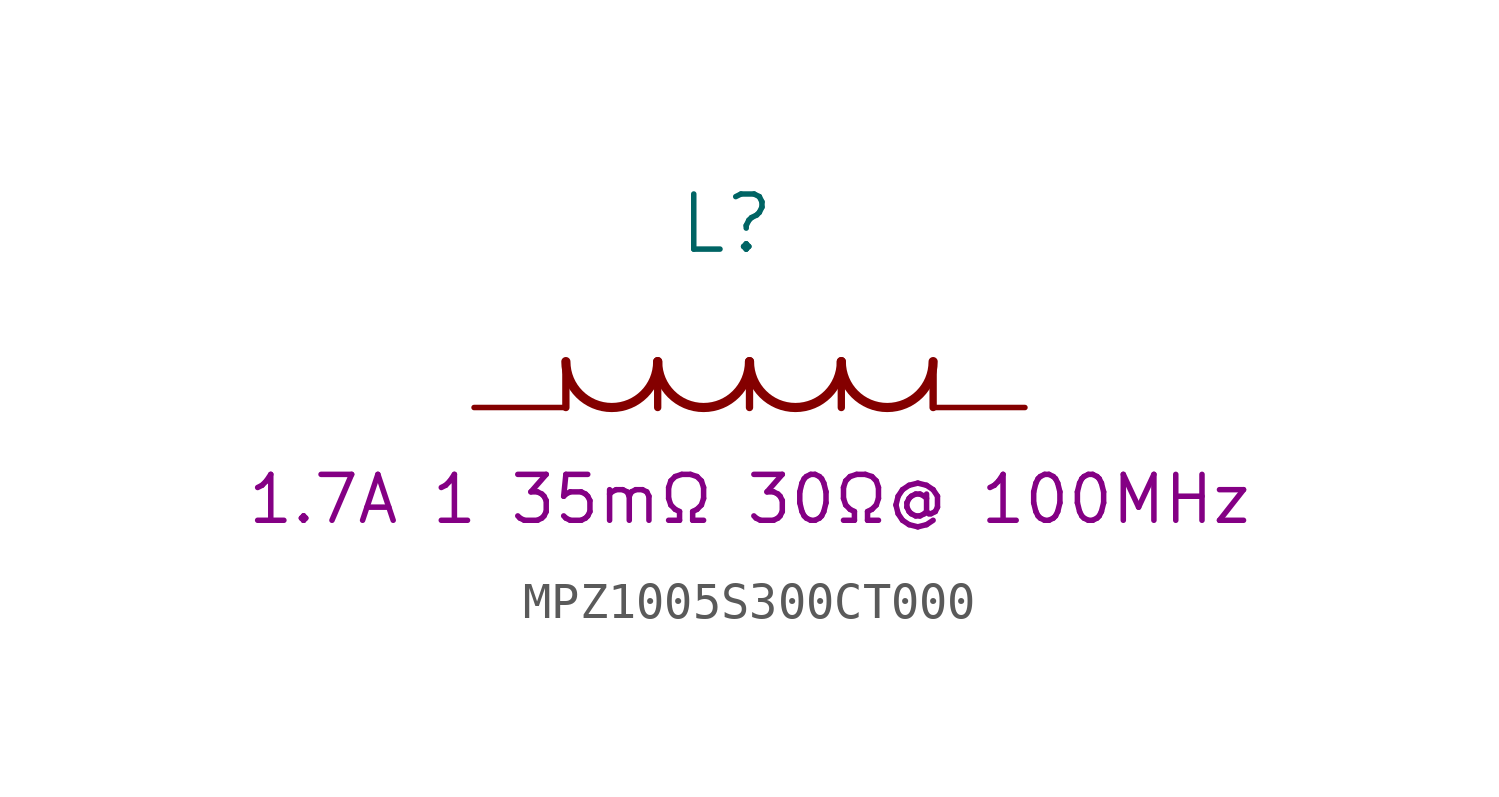
<source format=kicad_sym>
(kicad_symbol_lib
  (version 20211014)
  (generator kicad_symbol_editor)
  (symbol "MPZ1005S300CT000"
    (pin_numbers hide)
    (pin_names
      (offset 1.651) hide)
    (property "Reference" "L"
      (at 6.985 5.08 0)
      (effects (font (size 1.524 1.524))))
    (property "Valeur" "1.7A 1 35mΩ 30Ω@ 100MHz"
      (at 7.62 -2.54 0)
      (effects (font (size 1.27 1.27))))
    (symbol "MPZ1005S300CT000_1_1"
      (polyline (pts (xy 2.54 0) (xy 2.54 1.27)) (stroke (width 0.203) (type default) (color 0 0 0 0)) (fill (type none)))
      (polyline (pts (xy 5.08 0) (xy 5.08 1.27)) (stroke (width 0.203) (type default) (color 0 0 0 0)) (fill (type none)))
      (polyline (pts (xy 7.62 0) (xy 7.62 1.27)) (stroke (width 0.203) (type default) (color 0 0 0 0)) (fill (type none)))
      (polyline (pts (xy 10.16 0) (xy 10.16 1.27)) (stroke (width 0.203) (type default) (color 0 0 0 0)) (fill (type none)))
      (polyline (pts (xy 12.7 0) (xy 12.7 1.27)) (stroke (width 0.203) (type default) (color 0 0 0 0)) (fill (type none)))
      (arc (start 2.54 1.27) (mid 3.81 0) (end 5.08 1.27) (stroke (width 0.254) (type default) (color 0 0 0 0)) (fill (type none)))
      (arc (start 5.08 1.27) (mid 6.35 0) (end 7.62 1.27) (stroke (width 0.254) (type default) (color 0 0 0 0)) (fill (type none)))
      (arc (start 7.62 1.27) (mid 8.89 0) (end 10.16 1.27) (stroke (width 0.254) (type default) (color 0 0 0 0)) (fill (type none)))
      (arc (start 10.16 1.27) (mid 11.43 0) (end 12.7 1.27) (stroke (width 0.254) (type default) (color 0 0 0 0)) (fill (type none)))
      (pin unspecified line (at 15.24 0 180) (length 2.54) (name "1" (effects (font (size 1.499 1.499)))) (number "1" (effects (font (size 1.499 1.499)))))
      (pin unspecified line (at 0 0 0) (length 2.54) (name "2" (effects (font (size 1.499 1.499)))) (number "2" (effects (font (size 1.499 1.499))))))))
</source>
